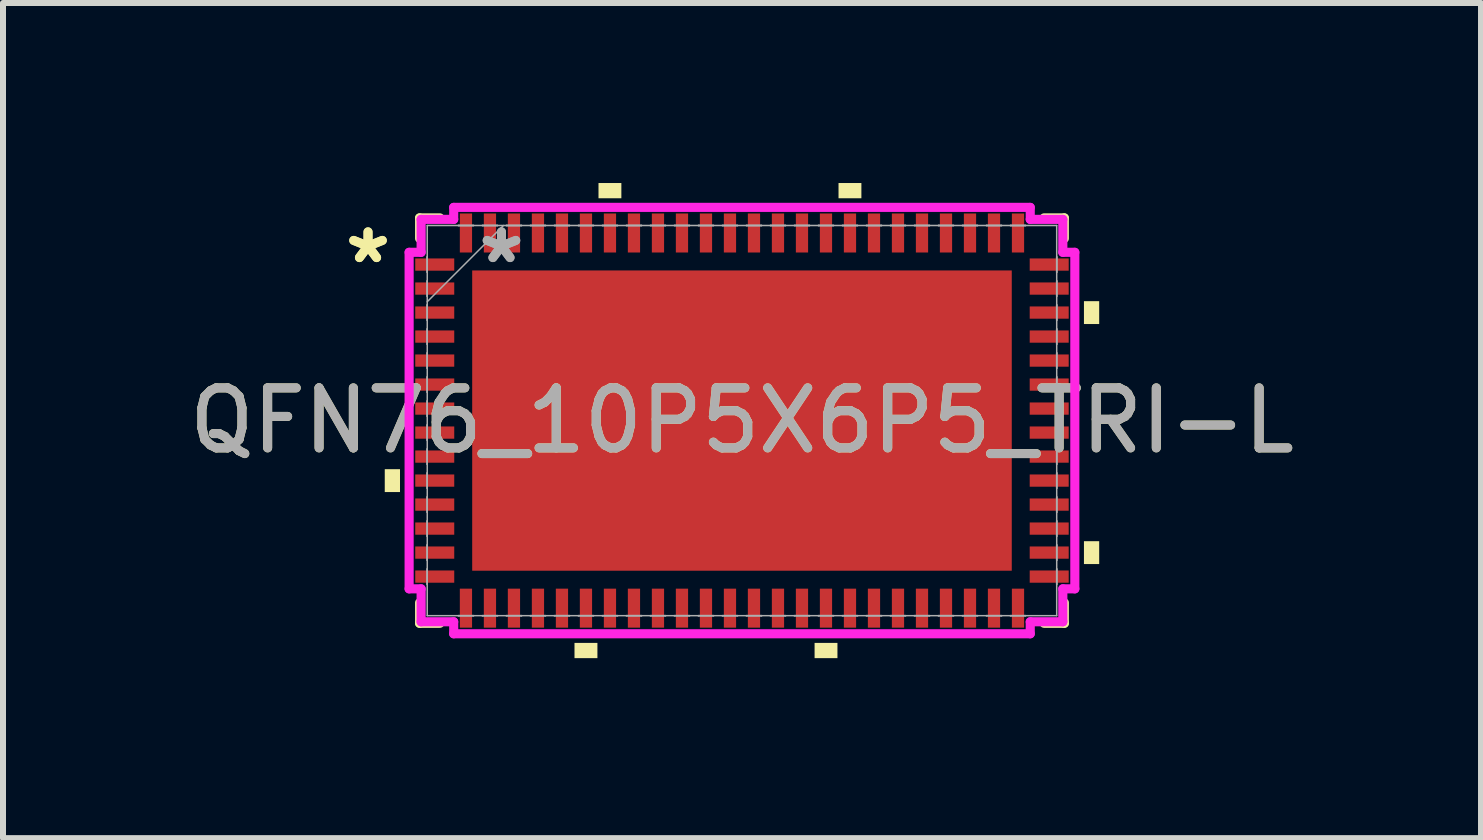
<source format=kicad_pcb>
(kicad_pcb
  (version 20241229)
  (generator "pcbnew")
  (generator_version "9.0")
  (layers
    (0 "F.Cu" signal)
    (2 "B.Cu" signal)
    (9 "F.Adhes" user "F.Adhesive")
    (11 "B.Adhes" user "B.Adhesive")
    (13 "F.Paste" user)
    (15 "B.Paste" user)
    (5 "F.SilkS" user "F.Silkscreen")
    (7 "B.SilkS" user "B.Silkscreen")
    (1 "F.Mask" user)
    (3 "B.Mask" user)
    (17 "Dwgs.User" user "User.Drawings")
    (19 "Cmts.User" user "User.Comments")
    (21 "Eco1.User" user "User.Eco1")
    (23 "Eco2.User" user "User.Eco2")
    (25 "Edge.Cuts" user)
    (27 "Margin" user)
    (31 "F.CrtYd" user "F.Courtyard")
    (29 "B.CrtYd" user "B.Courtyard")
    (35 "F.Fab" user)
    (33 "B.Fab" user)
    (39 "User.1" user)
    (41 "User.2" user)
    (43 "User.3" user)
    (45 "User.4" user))
  (footprint "QFN76_10P5X6P5_TRI-L"
    (layer "F.Cu")
    (at 9.315 3.959)
    (property "Reference" "QFN76_10P5X6P5_TRI-L" (at 0 0 0) (unlocked yes) (layer "F.SilkS") (effects (font (size 1 1) (thickness 0.15))))
    (attr smd)
    (fp_line (start -5.372 -3.378) (end -5.372 -3.035) (stroke (width 0.152) (type solid)) (layer "F.SilkS"))
    (fp_line (start -5.372 3.035) (end -5.372 3.378) (stroke (width 0.152) (type solid)) (layer "F.SilkS"))
    (fp_line (start -5.372 3.378) (end -5.035 3.378) (stroke (width 0.152) (type solid)) (layer "F.SilkS"))
    (fp_line (start -5.035 -3.378) (end -5.372 -3.378) (stroke (width 0.152) (type solid)) (layer "F.SilkS"))
    (fp_line (start 5.035 3.378) (end 5.372 3.378) (stroke (width 0.152) (type solid)) (layer "F.SilkS"))
    (fp_line (start 5.372 -3.378) (end 5.035 -3.378) (stroke (width 0.152) (type solid)) (layer "F.SilkS"))
    (fp_line (start 5.372 -3.035) (end 5.372 -3.378) (stroke (width 0.152) (type solid)) (layer "F.SilkS"))
    (fp_line (start 5.372 3.378) (end 5.372 3.035) (stroke (width 0.152) (type solid)) (layer "F.SilkS"))
    (fp_poly (pts (xy -5.953 0.81) (xy -5.953 1.191) (xy -5.699 1.191) (xy -5.699 0.81)) (stroke (width 0) (type solid)) (fill yes) (layer "F.SilkS"))
    (fp_poly (pts (xy -2.791 3.705) (xy -2.791 3.959) (xy -2.409 3.959) (xy -2.409 3.705)) (stroke (width 0) (type solid)) (fill yes) (layer "F.SilkS"))
    (fp_poly (pts (xy -2.391 -3.705) (xy -2.391 -3.959) (xy -2.01 -3.959) (xy -2.01 -3.705)) (stroke (width 0) (type solid)) (fill yes) (layer "F.SilkS"))
    (fp_poly (pts (xy 1.21 3.705) (xy 1.21 3.959) (xy 1.591 3.959) (xy 1.591 3.705)) (stroke (width 0) (type solid)) (fill yes) (layer "F.SilkS"))
    (fp_poly (pts (xy 1.609 -3.705) (xy 1.609 -3.959) (xy 1.99 -3.959) (xy 1.99 -3.705)) (stroke (width 0) (type solid)) (fill yes) (layer "F.SilkS"))
    (fp_poly (pts (xy 5.953 -1.99) (xy 5.953 -1.609) (xy 5.699 -1.609) (xy 5.699 -1.99)) (stroke (width 0) (type solid)) (fill yes) (layer "F.SilkS"))
    (fp_poly (pts (xy 5.953 2.01) (xy 5.953 2.391) (xy 5.699 2.391) (xy 5.699 2.01)) (stroke (width 0) (type solid)) (fill yes) (layer "F.SilkS"))
    (fp_line (start -5.547 -2.804) (end -5.347 -2.804) (stroke (width 0.152) (type solid)) (layer "F.CrtYd"))
    (fp_line (start -5.547 2.804) (end -5.547 -2.804) (stroke (width 0.152) (type solid)) (layer "F.CrtYd"))
    (fp_line (start -5.347 -3.353) (end -4.804 -3.353) (stroke (width 0.152) (type solid)) (layer "F.CrtYd"))
    (fp_line (start -5.347 -2.804) (end -5.347 -3.353) (stroke (width 0.152) (type solid)) (layer "F.CrtYd"))
    (fp_line (start -5.347 2.804) (end -5.547 2.804) (stroke (width 0.152) (type solid)) (layer "F.CrtYd"))
    (fp_line (start -5.347 3.353) (end -5.347 2.804) (stroke (width 0.152) (type solid)) (layer "F.CrtYd"))
    (fp_line (start -4.804 -3.553) (end 4.804 -3.553) (stroke (width 0.152) (type solid)) (layer "F.CrtYd"))
    (fp_line (start -4.804 -3.353) (end -4.804 -3.553) (stroke (width 0.152) (type solid)) (layer "F.CrtYd"))
    (fp_line (start -4.804 3.353) (end -5.347 3.353) (stroke (width 0.152) (type solid)) (layer "F.CrtYd"))
    (fp_line (start -4.804 3.553) (end -4.804 3.353) (stroke (width 0.152) (type solid)) (layer "F.CrtYd"))
    (fp_line (start 4.804 -3.553) (end 4.804 -3.353) (stroke (width 0.152) (type solid)) (layer "F.CrtYd"))
    (fp_line (start 4.804 -3.353) (end 5.347 -3.353) (stroke (width 0.152) (type solid)) (layer "F.CrtYd"))
    (fp_line (start 4.804 3.353) (end 4.804 3.553) (stroke (width 0.152) (type solid)) (layer "F.CrtYd"))
    (fp_line (start 4.804 3.553) (end -4.804 3.553) (stroke (width 0.152) (type solid)) (layer "F.CrtYd"))
    (fp_line (start 5.347 -3.353) (end 5.347 -2.804) (stroke (width 0.152) (type solid)) (layer "F.CrtYd"))
    (fp_line (start 5.347 -2.804) (end 5.547 -2.804) (stroke (width 0.152) (type solid)) (layer "F.CrtYd"))
    (fp_line (start 5.347 2.804) (end 5.347 3.353) (stroke (width 0.152) (type solid)) (layer "F.CrtYd"))
    (fp_line (start 5.347 3.353) (end 4.804 3.353) (stroke (width 0.152) (type solid)) (layer "F.CrtYd"))
    (fp_line (start 5.547 -2.804) (end 5.547 2.804) (stroke (width 0.152) (type solid)) (layer "F.CrtYd"))
    (fp_line (start 5.547 2.804) (end 5.347 2.804) (stroke (width 0.152) (type solid)) (layer "F.CrtYd"))
    (fp_line (start -5.245 -3.251) (end -5.245 3.251) (stroke (width 0.025) (type solid)) (layer "F.Fab"))
    (fp_line (start -5.245 -2.727) (end -5.245 -2.727) (stroke (width 0.025) (type solid)) (layer "F.Fab"))
    (fp_line (start -5.245 -2.727) (end -5.245 -2.473) (stroke (width 0.025) (type solid)) (layer "F.Fab"))
    (fp_line (start -5.245 -2.473) (end -5.245 -2.727) (stroke (width 0.025) (type solid)) (layer "F.Fab"))
    (fp_line (start -5.245 -2.473) (end -5.245 -2.473) (stroke (width 0.025) (type solid)) (layer "F.Fab"))
    (fp_line (start -5.245 -2.327) (end -5.245 -2.327) (stroke (width 0.025) (type solid)) (layer "F.Fab"))
    (fp_line (start -5.245 -2.327) (end -5.245 -2.073) (stroke (width 0.025) (type solid)) (layer "F.Fab"))
    (fp_line (start -5.245 -2.073) (end -5.245 -2.327) (stroke (width 0.025) (type solid)) (layer "F.Fab"))
    (fp_line (start -5.245 -2.073) (end -5.245 -2.073) (stroke (width 0.025) (type solid)) (layer "F.Fab"))
    (fp_line (start -5.245 -1.981) (end -3.975 -3.251) (stroke (width 0.025) (type solid)) (layer "F.Fab"))
    (fp_line (start -5.245 -1.927) (end -5.245 -1.927) (stroke (width 0.025) (type solid)) (layer "F.Fab"))
    (fp_line (start -5.245 -1.927) (end -5.245 -1.673) (stroke (width 0.025) (type solid)) (layer "F.Fab"))
    (fp_line (start -5.245 -1.673) (end -5.245 -1.927) (stroke (width 0.025) (type solid)) (layer "F.Fab"))
    (fp_line (start -5.245 -1.673) (end -5.245 -1.673) (stroke (width 0.025) (type solid)) (layer "F.Fab"))
    (fp_line (start -5.245 -1.527) (end -5.245 -1.527) (stroke (width 0.025) (type solid)) (layer "F.Fab"))
    (fp_line (start -5.245 -1.527) (end -5.245 -1.273) (stroke (width 0.025) (type solid)) (layer "F.Fab"))
    (fp_line (start -5.245 -1.273) (end -5.245 -1.527) (stroke (width 0.025) (type solid)) (layer "F.Fab"))
    (fp_line (start -5.245 -1.273) (end -5.245 -1.273) (stroke (width 0.025) (type solid)) (layer "F.Fab"))
    (fp_line (start -5.245 -1.127) (end -5.245 -1.127) (stroke (width 0.025) (type solid)) (layer "F.Fab"))
    (fp_line (start -5.245 -1.127) (end -5.245 -0.873) (stroke (width 0.025) (type solid)) (layer "F.Fab"))
    (fp_line (start -5.245 -0.873) (end -5.245 -1.127) (stroke (width 0.025) (type solid)) (layer "F.Fab"))
    (fp_line (start -5.245 -0.873) (end -5.245 -0.873) (stroke (width 0.025) (type solid)) (layer "F.Fab"))
    (fp_line (start -5.245 -0.727) (end -5.245 -0.727) (stroke (width 0.025) (type solid)) (layer "F.Fab"))
    (fp_line (start -5.245 -0.727) (end -5.245 -0.473) (stroke (width 0.025) (type solid)) (layer "F.Fab"))
    (fp_line (start -5.245 -0.473) (end -5.245 -0.727) (stroke (width 0.025) (type solid)) (layer "F.Fab"))
    (fp_line (start -5.245 -0.473) (end -5.245 -0.473) (stroke (width 0.025) (type solid)) (layer "F.Fab"))
    (fp_line (start -5.245 -0.327) (end -5.245 -0.327) (stroke (width 0.025) (type solid)) (layer "F.Fab"))
    (fp_line (start -5.245 -0.327) (end -5.245 -0.073) (stroke (width 0.025) (type solid)) (layer "F.Fab"))
    (fp_line (start -5.245 -0.073) (end -5.245 -0.327) (stroke (width 0.025) (type solid)) (layer "F.Fab"))
    (fp_line (start -5.245 -0.073) (end -5.245 -0.073) (stroke (width 0.025) (type solid)) (layer "F.Fab"))
    (fp_line (start -5.245 0.073) (end -5.245 0.073) (stroke (width 0.025) (type solid)) (layer "F.Fab"))
    (fp_line (start -5.245 0.073) (end -5.245 0.327) (stroke (width 0.025) (type solid)) (layer "F.Fab"))
    (fp_line (start -5.245 0.327) (end -5.245 0.073) (stroke (width 0.025) (type solid)) (layer "F.Fab"))
    (fp_line (start -5.245 0.327) (end -5.245 0.327) (stroke (width 0.025) (type solid)) (layer "F.Fab"))
    (fp_line (start -5.245 0.473) (end -5.245 0.473) (stroke (width 0.025) (type solid)) (layer "F.Fab"))
    (fp_line (start -5.245 0.473) (end -5.245 0.727) (stroke (width 0.025) (type solid)) (layer "F.Fab"))
    (fp_line (start -5.245 0.727) (end -5.245 0.473) (stroke (width 0.025) (type solid)) (layer "F.Fab"))
    (fp_line (start -5.245 0.727) (end -5.245 0.727) (stroke (width 0.025) (type solid)) (layer "F.Fab"))
    (fp_line (start -5.245 0.873) (end -5.245 0.873) (stroke (width 0.025) (type solid)) (layer "F.Fab"))
    (fp_line (start -5.245 0.873) (end -5.245 1.127) (stroke (width 0.025) (type solid)) (layer "F.Fab"))
    (fp_line (start -5.245 1.127) (end -5.245 0.873) (stroke (width 0.025) (type solid)) (layer "F.Fab"))
    (fp_line (start -5.245 1.127) (end -5.245 1.127) (stroke (width 0.025) (type solid)) (layer "F.Fab"))
    (fp_line (start -5.245 1.273) (end -5.245 1.273) (stroke (width 0.025) (type solid)) (layer "F.Fab"))
    (fp_line (start -5.245 1.273) (end -5.245 1.527) (stroke (width 0.025) (type solid)) (layer "F.Fab"))
    (fp_line (start -5.245 1.527) (end -5.245 1.273) (stroke (width 0.025) (type solid)) (layer "F.Fab"))
    (fp_line (start -5.245 1.527) (end -5.245 1.527) (stroke (width 0.025) (type solid)) (layer "F.Fab"))
    (fp_line (start -5.245 1.673) (end -5.245 1.673) (stroke (width 0.025) (type solid)) (layer "F.Fab"))
    (fp_line (start -5.245 1.673) (end -5.245 1.927) (stroke (width 0.025) (type solid)) (layer "F.Fab"))
    (fp_line (start -5.245 1.927) (end -5.245 1.673) (stroke (width 0.025) (type solid)) (layer "F.Fab"))
    (fp_line (start -5.245 1.927) (end -5.245 1.927) (stroke (width 0.025) (type solid)) (layer "F.Fab"))
    (fp_line (start -5.245 2.073) (end -5.245 2.073) (stroke (width 0.025) (type solid)) (layer "F.Fab"))
    (fp_line (start -5.245 2.073) (end -5.245 2.327) (stroke (width 0.025) (type solid)) (layer "F.Fab"))
    (fp_line (start -5.245 2.327) (end -5.245 2.073) (stroke (width 0.025) (type solid)) (layer "F.Fab"))
    (fp_line (start -5.245 2.327) (end -5.245 2.327) (stroke (width 0.025) (type solid)) (layer "F.Fab"))
    (fp_line (start -5.245 2.473) (end -5.245 2.473) (stroke (width 0.025) (type solid)) (layer "F.Fab"))
    (fp_line (start -5.245 2.473) (end -5.245 2.727) (stroke (width 0.025) (type solid)) (layer "F.Fab"))
    (fp_line (start -5.245 2.727) (end -5.245 2.473) (stroke (width 0.025) (type solid)) (layer "F.Fab"))
    (fp_line (start -5.245 2.727) (end -5.245 2.727) (stroke (width 0.025) (type solid)) (layer "F.Fab"))
    (fp_line (start -5.245 3.251) (end 5.245 3.251) (stroke (width 0.025) (type solid)) (layer "F.Fab"))
    (fp_line (start -4.727 -3.251) (end -4.727 -3.251) (stroke (width 0.025) (type solid)) (layer "F.Fab"))
    (fp_line (start -4.727 -3.251) (end -4.473 -3.251) (stroke (width 0.025) (type solid)) (layer "F.Fab"))
    (fp_line (start -4.727 3.251) (end -4.727 3.251) (stroke (width 0.025) (type solid)) (layer "F.Fab"))
    (fp_line (start -4.727 3.251) (end -4.473 3.251) (stroke (width 0.025) (type solid)) (layer "F.Fab"))
    (fp_line (start -4.473 -3.251) (end -4.727 -3.251) (stroke (width 0.025) (type solid)) (layer "F.Fab"))
    (fp_line (start -4.473 -3.251) (end -4.473 -3.251) (stroke (width 0.025) (type solid)) (layer "F.Fab"))
    (fp_line (start -4.473 3.251) (end -4.727 3.251) (stroke (width 0.025) (type solid)) (layer "F.Fab"))
    (fp_line (start -4.473 3.251) (end -4.473 3.251) (stroke (width 0.025) (type solid)) (layer "F.Fab"))
    (fp_line (start -4.327 -3.251) (end -4.327 -3.251) (stroke (width 0.025) (type solid)) (layer "F.Fab"))
    (fp_line (start -4.327 -3.251) (end -4.073 -3.251) (stroke (width 0.025) (type solid)) (layer "F.Fab"))
    (fp_line (start -4.327 3.251) (end -4.327 3.251) (stroke (width 0.025) (type solid)) (layer "F.Fab"))
    (fp_line (start -4.327 3.251) (end -4.073 3.251) (stroke (width 0.025) (type solid)) (layer "F.Fab"))
    (fp_line (start -4.073 -3.251) (end -4.327 -3.251) (stroke (width 0.025) (type solid)) (layer "F.Fab"))
    (fp_line (start -4.073 -3.251) (end -4.073 -3.251) (stroke (width 0.025) (type solid)) (layer "F.Fab"))
    (fp_line (start -4.073 3.251) (end -4.327 3.251) (stroke (width 0.025) (type solid)) (layer "F.Fab"))
    (fp_line (start -4.073 3.251) (end -4.073 3.251) (stroke (width 0.025) (type solid)) (layer "F.Fab"))
    (fp_line (start -3.927 -3.251) (end -3.927 -3.251) (stroke (width 0.025) (type solid)) (layer "F.Fab"))
    (fp_line (start -3.927 -3.251) (end -3.673 -3.251) (stroke (width 0.025) (type solid)) (layer "F.Fab"))
    (fp_line (start -3.927 3.251) (end -3.927 3.251) (stroke (width 0.025) (type solid)) (layer "F.Fab"))
    (fp_line (start -3.927 3.251) (end -3.673 3.251) (stroke (width 0.025) (type solid)) (layer "F.Fab"))
    (fp_line (start -3.673 -3.251) (end -3.927 -3.251) (stroke (width 0.025) (type solid)) (layer "F.Fab"))
    (fp_line (start -3.673 -3.251) (end -3.673 -3.251) (stroke (width 0.025) (type solid)) (layer "F.Fab"))
    (fp_line (start -3.673 3.251) (end -3.927 3.251) (stroke (width 0.025) (type solid)) (layer "F.Fab"))
    (fp_line (start -3.673 3.251) (end -3.673 3.251) (stroke (width 0.025) (type solid)) (layer "F.Fab"))
    (fp_line (start -3.527 -3.251) (end -3.527 -3.251) (stroke (width 0.025) (type solid)) (layer "F.Fab"))
    (fp_line (start -3.527 -3.251) (end -3.273 -3.251) (stroke (width 0.025) (type solid)) (layer "F.Fab"))
    (fp_line (start -3.527 3.251) (end -3.527 3.251) (stroke (width 0.025) (type solid)) (layer "F.Fab"))
    (fp_line (start -3.527 3.251) (end -3.273 3.251) (stroke (width 0.025) (type solid)) (layer "F.Fab"))
    (fp_line (start -3.273 -3.251) (end -3.527 -3.251) (stroke (width 0.025) (type solid)) (layer "F.Fab"))
    (fp_line (start -3.273 -3.251) (end -3.273 -3.251) (stroke (width 0.025) (type solid)) (layer "F.Fab"))
    (fp_line (start -3.273 3.251) (end -3.527 3.251) (stroke (width 0.025) (type solid)) (layer "F.Fab"))
    (fp_line (start -3.273 3.251) (end -3.273 3.251) (stroke (width 0.025) (type solid)) (layer "F.Fab"))
    (fp_line (start -3.127 -3.251) (end -3.127 -3.251) (stroke (width 0.025) (type solid)) (layer "F.Fab"))
    (fp_line (start -3.127 -3.251) (end -2.873 -3.251) (stroke (width 0.025) (type solid)) (layer "F.Fab"))
    (fp_line (start -3.127 3.251) (end -3.127 3.251) (stroke (width 0.025) (type solid)) (layer "F.Fab"))
    (fp_line (start -3.127 3.251) (end -2.873 3.251) (stroke (width 0.025) (type solid)) (layer "F.Fab"))
    (fp_line (start -2.873 -3.251) (end -3.127 -3.251) (stroke (width 0.025) (type solid)) (layer "F.Fab"))
    (fp_line (start -2.873 -3.251) (end -2.873 -3.251) (stroke (width 0.025) (type solid)) (layer "F.Fab"))
    (fp_line (start -2.873 3.251) (end -3.127 3.251) (stroke (width 0.025) (type solid)) (layer "F.Fab"))
    (fp_line (start -2.873 3.251) (end -2.873 3.251) (stroke (width 0.025) (type solid)) (layer "F.Fab"))
    (fp_line (start -2.727 -3.251) (end -2.727 -3.251) (stroke (width 0.025) (type solid)) (layer "F.Fab"))
    (fp_line (start -2.727 -3.251) (end -2.473 -3.251) (stroke (width 0.025) (type solid)) (layer "F.Fab"))
    (fp_line (start -2.727 3.251) (end -2.727 3.251) (stroke (width 0.025) (type solid)) (layer "F.Fab"))
    (fp_line (start -2.727 3.251) (end -2.473 3.251) (stroke (width 0.025) (type solid)) (layer "F.Fab"))
    (fp_line (start -2.473 -3.251) (end -2.727 -3.251) (stroke (width 0.025) (type solid)) (layer "F.Fab"))
    (fp_line (start -2.473 -3.251) (end -2.473 -3.251) (stroke (width 0.025) (type solid)) (layer "F.Fab"))
    (fp_line (start -2.473 3.251) (end -2.727 3.251) (stroke (width 0.025) (type solid)) (layer "F.Fab"))
    (fp_line (start -2.473 3.251) (end -2.473 3.251) (stroke (width 0.025) (type solid)) (layer "F.Fab"))
    (fp_line (start -2.327 -3.251) (end -2.327 -3.251) (stroke (width 0.025) (type solid)) (layer "F.Fab"))
    (fp_line (start -2.327 -3.251) (end -2.073 -3.251) (stroke (width 0.025) (type solid)) (layer "F.Fab"))
    (fp_line (start -2.327 3.251) (end -2.327 3.251) (stroke (width 0.025) (type solid)) (layer "F.Fab"))
    (fp_line (start -2.327 3.251) (end -2.073 3.251) (stroke (width 0.025) (type solid)) (layer "F.Fab"))
    (fp_line (start -2.073 -3.251) (end -2.327 -3.251) (stroke (width 0.025) (type solid)) (layer "F.Fab"))
    (fp_line (start -2.073 -3.251) (end -2.073 -3.251) (stroke (width 0.025) (type solid)) (layer "F.Fab"))
    (fp_line (start -2.073 3.251) (end -2.327 3.251) (stroke (width 0.025) (type solid)) (layer "F.Fab"))
    (fp_line (start -2.073 3.251) (end -2.073 3.251) (stroke (width 0.025) (type solid)) (layer "F.Fab"))
    (fp_line (start -1.927 -3.251) (end -1.927 -3.251) (stroke (width 0.025) (type solid)) (layer "F.Fab"))
    (fp_line (start -1.927 -3.251) (end -1.673 -3.251) (stroke (width 0.025) (type solid)) (layer "F.Fab"))
    (fp_line (start -1.927 3.251) (end -1.927 3.251) (stroke (width 0.025) (type solid)) (layer "F.Fab"))
    (fp_line (start -1.927 3.251) (end -1.673 3.251) (stroke (width 0.025) (type solid)) (layer "F.Fab"))
    (fp_line (start -1.673 -3.251) (end -1.927 -3.251) (stroke (width 0.025) (type solid)) (layer "F.Fab"))
    (fp_line (start -1.673 -3.251) (end -1.673 -3.251) (stroke (width 0.025) (type solid)) (layer "F.Fab"))
    (fp_line (start -1.673 3.251) (end -1.927 3.251) (stroke (width 0.025) (type solid)) (layer "F.Fab"))
    (fp_line (start -1.673 3.251) (end -1.673 3.251) (stroke (width 0.025) (type solid)) (layer "F.Fab"))
    (fp_line (start -1.527 -3.251) (end -1.527 -3.251) (stroke (width 0.025) (type solid)) (layer "F.Fab"))
    (fp_line (start -1.527 -3.251) (end -1.273 -3.251) (stroke (width 0.025) (type solid)) (layer "F.Fab"))
    (fp_line (start -1.527 3.251) (end -1.527 3.251) (stroke (width 0.025) (type solid)) (layer "F.Fab"))
    (fp_line (start -1.527 3.251) (end -1.273 3.251) (stroke (width 0.025) (type solid)) (layer "F.Fab"))
    (fp_line (start -1.273 -3.251) (end -1.527 -3.251) (stroke (width 0.025) (type solid)) (layer "F.Fab"))
    (fp_line (start -1.273 -3.251) (end -1.273 -3.251) (stroke (width 0.025) (type solid)) (layer "F.Fab"))
    (fp_line (start -1.273 3.251) (end -1.527 3.251) (stroke (width 0.025) (type solid)) (layer "F.Fab"))
    (fp_line (start -1.273 3.251) (end -1.273 3.251) (stroke (width 0.025) (type solid)) (layer "F.Fab"))
    (fp_line (start -1.127 -3.251) (end -1.127 -3.251) (stroke (width 0.025) (type solid)) (layer "F.Fab"))
    (fp_line (start -1.127 -3.251) (end -0.873 -3.251) (stroke (width 0.025) (type solid)) (layer "F.Fab"))
    (fp_line (start -1.127 3.251) (end -1.127 3.251) (stroke (width 0.025) (type solid)) (layer "F.Fab"))
    (fp_line (start -1.127 3.251) (end -0.873 3.251) (stroke (width 0.025) (type solid)) (layer "F.Fab"))
    (fp_line (start -0.873 -3.251) (end -1.127 -3.251) (stroke (width 0.025) (type solid)) (layer "F.Fab"))
    (fp_line (start -0.873 -3.251) (end -0.873 -3.251) (stroke (width 0.025) (type solid)) (layer "F.Fab"))
    (fp_line (start -0.873 3.251) (end -1.127 3.251) (stroke (width 0.025) (type solid)) (layer "F.Fab"))
    (fp_line (start -0.873 3.251) (end -0.873 3.251) (stroke (width 0.025) (type solid)) (layer "F.Fab"))
    (fp_line (start -0.727 -3.251) (end -0.727 -3.251) (stroke (width 0.025) (type solid)) (layer "F.Fab"))
    (fp_line (start -0.727 -3.251) (end -0.473 -3.251) (stroke (width 0.025) (type solid)) (layer "F.Fab"))
    (fp_line (start -0.727 3.251) (end -0.727 3.251) (stroke (width 0.025) (type solid)) (layer "F.Fab"))
    (fp_line (start -0.727 3.251) (end -0.473 3.251) (stroke (width 0.025) (type solid)) (layer "F.Fab"))
    (fp_line (start -0.473 -3.251) (end -0.727 -3.251) (stroke (width 0.025) (type solid)) (layer "F.Fab"))
    (fp_line (start -0.473 -3.251) (end -0.473 -3.251) (stroke (width 0.025) (type solid)) (layer "F.Fab"))
    (fp_line (start -0.473 3.251) (end -0.727 3.251) (stroke (width 0.025) (type solid)) (layer "F.Fab"))
    (fp_line (start -0.473 3.251) (end -0.473 3.251) (stroke (width 0.025) (type solid)) (layer "F.Fab"))
    (fp_line (start -0.327 -3.251) (end -0.327 -3.251) (stroke (width 0.025) (type solid)) (layer "F.Fab"))
    (fp_line (start -0.327 -3.251) (end -0.073 -3.251) (stroke (width 0.025) (type solid)) (layer "F.Fab"))
    (fp_line (start -0.327 3.251) (end -0.327 3.251) (stroke (width 0.025) (type solid)) (layer "F.Fab"))
    (fp_line (start -0.327 3.251) (end -0.073 3.251) (stroke (width 0.025) (type solid)) (layer "F.Fab"))
    (fp_line (start -0.073 -3.251) (end -0.327 -3.251) (stroke (width 0.025) (type solid)) (layer "F.Fab"))
    (fp_line (start -0.073 -3.251) (end -0.073 -3.251) (stroke (width 0.025) (type solid)) (layer "F.Fab"))
    (fp_line (start -0.073 3.251) (end -0.327 3.251) (stroke (width 0.025) (type solid)) (layer "F.Fab"))
    (fp_line (start -0.073 3.251) (end -0.073 3.251) (stroke (width 0.025) (type solid)) (layer "F.Fab"))
    (fp_line (start 0.073 -3.251) (end 0.073 -3.251) (stroke (width 0.025) (type solid)) (layer "F.Fab"))
    (fp_line (start 0.073 -3.251) (end 0.327 -3.251) (stroke (width 0.025) (type solid)) (layer "F.Fab"))
    (fp_line (start 0.073 3.251) (end 0.073 3.251) (stroke (width 0.025) (type solid)) (layer "F.Fab"))
    (fp_line (start 0.073 3.251) (end 0.327 3.251) (stroke (width 0.025) (type solid)) (layer "F.Fab"))
    (fp_line (start 0.327 -3.251) (end 0.073 -3.251) (stroke (width 0.025) (type solid)) (layer "F.Fab"))
    (fp_line (start 0.327 -3.251) (end 0.327 -3.251) (stroke (width 0.025) (type solid)) (layer "F.Fab"))
    (fp_line (start 0.327 3.251) (end 0.073 3.251) (stroke (width 0.025) (type solid)) (layer "F.Fab"))
    (fp_line (start 0.327 3.251) (end 0.327 3.251) (stroke (width 0.025) (type solid)) (layer "F.Fab"))
    (fp_line (start 0.473 -3.251) (end 0.473 -3.251) (stroke (width 0.025) (type solid)) (layer "F.Fab"))
    (fp_line (start 0.473 -3.251) (end 0.727 -3.251) (stroke (width 0.025) (type solid)) (layer "F.Fab"))
    (fp_line (start 0.473 3.251) (end 0.473 3.251) (stroke (width 0.025) (type solid)) (layer "F.Fab"))
    (fp_line (start 0.473 3.251) (end 0.727 3.251) (stroke (width 0.025) (type solid)) (layer "F.Fab"))
    (fp_line (start 0.727 -3.251) (end 0.473 -3.251) (stroke (width 0.025) (type solid)) (layer "F.Fab"))
    (fp_line (start 0.727 -3.251) (end 0.727 -3.251) (stroke (width 0.025) (type solid)) (layer "F.Fab"))
    (fp_line (start 0.727 3.251) (end 0.473 3.251) (stroke (width 0.025) (type solid)) (layer "F.Fab"))
    (fp_line (start 0.727 3.251) (end 0.727 3.251) (stroke (width 0.025) (type solid)) (layer "F.Fab"))
    (fp_line (start 0.873 -3.251) (end 0.873 -3.251) (stroke (width 0.025) (type solid)) (layer "F.Fab"))
    (fp_line (start 0.873 -3.251) (end 1.127 -3.251) (stroke (width 0.025) (type solid)) (layer "F.Fab"))
    (fp_line (start 0.873 3.251) (end 0.873 3.251) (stroke (width 0.025) (type solid)) (layer "F.Fab"))
    (fp_line (start 0.873 3.251) (end 1.127 3.251) (stroke (width 0.025) (type solid)) (layer "F.Fab"))
    (fp_line (start 1.127 -3.251) (end 0.873 -3.251) (stroke (width 0.025) (type solid)) (layer "F.Fab"))
    (fp_line (start 1.127 -3.251) (end 1.127 -3.251) (stroke (width 0.025) (type solid)) (layer "F.Fab"))
    (fp_line (start 1.127 3.251) (end 0.873 3.251) (stroke (width 0.025) (type solid)) (layer "F.Fab"))
    (fp_line (start 1.127 3.251) (end 1.127 3.251) (stroke (width 0.025) (type solid)) (layer "F.Fab"))
    (fp_line (start 1.273 -3.251) (end 1.273 -3.251) (stroke (width 0.025) (type solid)) (layer "F.Fab"))
    (fp_line (start 1.273 -3.251) (end 1.527 -3.251) (stroke (width 0.025) (type solid)) (layer "F.Fab"))
    (fp_line (start 1.273 3.251) (end 1.273 3.251) (stroke (width 0.025) (type solid)) (layer "F.Fab"))
    (fp_line (start 1.273 3.251) (end 1.527 3.251) (stroke (width 0.025) (type solid)) (layer "F.Fab"))
    (fp_line (start 1.527 -3.251) (end 1.273 -3.251) (stroke (width 0.025) (type solid)) (layer "F.Fab"))
    (fp_line (start 1.527 -3.251) (end 1.527 -3.251) (stroke (width 0.025) (type solid)) (layer "F.Fab"))
    (fp_line (start 1.527 3.251) (end 1.273 3.251) (stroke (width 0.025) (type solid)) (layer "F.Fab"))
    (fp_line (start 1.527 3.251) (end 1.527 3.251) (stroke (width 0.025) (type solid)) (layer "F.Fab"))
    (fp_line (start 1.673 -3.251) (end 1.673 -3.251) (stroke (width 0.025) (type solid)) (layer "F.Fab"))
    (fp_line (start 1.673 -3.251) (end 1.927 -3.251) (stroke (width 0.025) (type solid)) (layer "F.Fab"))
    (fp_line (start 1.673 3.251) (end 1.673 3.251) (stroke (width 0.025) (type solid)) (layer "F.Fab"))
    (fp_line (start 1.673 3.251) (end 1.927 3.251) (stroke (width 0.025) (type solid)) (layer "F.Fab"))
    (fp_line (start 1.927 -3.251) (end 1.673 -3.251) (stroke (width 0.025) (type solid)) (layer "F.Fab"))
    (fp_line (start 1.927 -3.251) (end 1.927 -3.251) (stroke (width 0.025) (type solid)) (layer "F.Fab"))
    (fp_line (start 1.927 3.251) (end 1.673 3.251) (stroke (width 0.025) (type solid)) (layer "F.Fab"))
    (fp_line (start 1.927 3.251) (end 1.927 3.251) (stroke (width 0.025) (type solid)) (layer "F.Fab"))
    (fp_line (start 2.073 -3.251) (end 2.073 -3.251) (stroke (width 0.025) (type solid)) (layer "F.Fab"))
    (fp_line (start 2.073 -3.251) (end 2.327 -3.251) (stroke (width 0.025) (type solid)) (layer "F.Fab"))
    (fp_line (start 2.073 3.251) (end 2.073 3.251) (stroke (width 0.025) (type solid)) (layer "F.Fab"))
    (fp_line (start 2.073 3.251) (end 2.327 3.251) (stroke (width 0.025) (type solid)) (layer "F.Fab"))
    (fp_line (start 2.327 -3.251) (end 2.073 -3.251) (stroke (width 0.025) (type solid)) (layer "F.Fab"))
    (fp_line (start 2.327 -3.251) (end 2.327 -3.251) (stroke (width 0.025) (type solid)) (layer "F.Fab"))
    (fp_line (start 2.327 3.251) (end 2.073 3.251) (stroke (width 0.025) (type solid)) (layer "F.Fab"))
    (fp_line (start 2.327 3.251) (end 2.327 3.251) (stroke (width 0.025) (type solid)) (layer "F.Fab"))
    (fp_line (start 2.473 -3.251) (end 2.473 -3.251) (stroke (width 0.025) (type solid)) (layer "F.Fab"))
    (fp_line (start 2.473 -3.251) (end 2.727 -3.251) (stroke (width 0.025) (type solid)) (layer "F.Fab"))
    (fp_line (start 2.473 3.251) (end 2.473 3.251) (stroke (width 0.025) (type solid)) (layer "F.Fab"))
    (fp_line (start 2.473 3.251) (end 2.727 3.251) (stroke (width 0.025) (type solid)) (layer "F.Fab"))
    (fp_line (start 2.727 -3.251) (end 2.473 -3.251) (stroke (width 0.025) (type solid)) (layer "F.Fab"))
    (fp_line (start 2.727 -3.251) (end 2.727 -3.251) (stroke (width 0.025) (type solid)) (layer "F.Fab"))
    (fp_line (start 2.727 3.251) (end 2.473 3.251) (stroke (width 0.025) (type solid)) (layer "F.Fab"))
    (fp_line (start 2.727 3.251) (end 2.727 3.251) (stroke (width 0.025) (type solid)) (layer "F.Fab"))
    (fp_line (start 2.873 -3.251) (end 2.873 -3.251) (stroke (width 0.025) (type solid)) (layer "F.Fab"))
    (fp_line (start 2.873 -3.251) (end 3.127 -3.251) (stroke (width 0.025) (type solid)) (layer "F.Fab"))
    (fp_line (start 2.873 3.251) (end 2.873 3.251) (stroke (width 0.025) (type solid)) (layer "F.Fab"))
    (fp_line (start 2.873 3.251) (end 3.127 3.251) (stroke (width 0.025) (type solid)) (layer "F.Fab"))
    (fp_line (start 3.127 -3.251) (end 2.873 -3.251) (stroke (width 0.025) (type solid)) (layer "F.Fab"))
    (fp_line (start 3.127 -3.251) (end 3.127 -3.251) (stroke (width 0.025) (type solid)) (layer "F.Fab"))
    (fp_line (start 3.127 3.251) (end 2.873 3.251) (stroke (width 0.025) (type solid)) (layer "F.Fab"))
    (fp_line (start 3.127 3.251) (end 3.127 3.251) (stroke (width 0.025) (type solid)) (layer "F.Fab"))
    (fp_line (start 3.273 -3.251) (end 3.273 -3.251) (stroke (width 0.025) (type solid)) (layer "F.Fab"))
    (fp_line (start 3.273 -3.251) (end 3.527 -3.251) (stroke (width 0.025) (type solid)) (layer "F.Fab"))
    (fp_line (start 3.273 3.251) (end 3.273 3.251) (stroke (width 0.025) (type solid)) (layer "F.Fab"))
    (fp_line (start 3.273 3.251) (end 3.527 3.251) (stroke (width 0.025) (type solid)) (layer "F.Fab"))
    (fp_line (start 3.527 -3.251) (end 3.273 -3.251) (stroke (width 0.025) (type solid)) (layer "F.Fab"))
    (fp_line (start 3.527 -3.251) (end 3.527 -3.251) (stroke (width 0.025) (type solid)) (layer "F.Fab"))
    (fp_line (start 3.527 3.251) (end 3.273 3.251) (stroke (width 0.025) (type solid)) (layer "F.Fab"))
    (fp_line (start 3.527 3.251) (end 3.527 3.251) (stroke (width 0.025) (type solid)) (layer "F.Fab"))
    (fp_line (start 3.673 -3.251) (end 3.673 -3.251) (stroke (width 0.025) (type solid)) (layer "F.Fab"))
    (fp_line (start 3.673 -3.251) (end 3.927 -3.251) (stroke (width 0.025) (type solid)) (layer "F.Fab"))
    (fp_line (start 3.673 3.251) (end 3.673 3.251) (stroke (width 0.025) (type solid)) (layer "F.Fab"))
    (fp_line (start 3.673 3.251) (end 3.927 3.251) (stroke (width 0.025) (type solid)) (layer "F.Fab"))
    (fp_line (start 3.927 -3.251) (end 3.673 -3.251) (stroke (width 0.025) (type solid)) (layer "F.Fab"))
    (fp_line (start 3.927 -3.251) (end 3.927 -3.251) (stroke (width 0.025) (type solid)) (layer "F.Fab"))
    (fp_line (start 3.927 3.251) (end 3.673 3.251) (stroke (width 0.025) (type solid)) (layer "F.Fab"))
    (fp_line (start 3.927 3.251) (end 3.927 3.251) (stroke (width 0.025) (type solid)) (layer "F.Fab"))
    (fp_line (start 4.073 -3.251) (end 4.073 -3.251) (stroke (width 0.025) (type solid)) (layer "F.Fab"))
    (fp_line (start 4.073 -3.251) (end 4.327 -3.251) (stroke (width 0.025) (type solid)) (layer "F.Fab"))
    (fp_line (start 4.073 3.251) (end 4.073 3.251) (stroke (width 0.025) (type solid)) (layer "F.Fab"))
    (fp_line (start 4.073 3.251) (end 4.327 3.251) (stroke (width 0.025) (type solid)) (layer "F.Fab"))
    (fp_line (start 4.327 -3.251) (end 4.073 -3.251) (stroke (width 0.025) (type solid)) (layer "F.Fab"))
    (fp_line (start 4.327 -3.251) (end 4.327 -3.251) (stroke (width 0.025) (type solid)) (layer "F.Fab"))
    (fp_line (start 4.327 3.251) (end 4.073 3.251) (stroke (width 0.025) (type solid)) (layer "F.Fab"))
    (fp_line (start 4.327 3.251) (end 4.327 3.251) (stroke (width 0.025) (type solid)) (layer "F.Fab"))
    (fp_line (start 4.473 -3.251) (end 4.473 -3.251) (stroke (width 0.025) (type solid)) (layer "F.Fab"))
    (fp_line (start 4.473 -3.251) (end 4.727 -3.251) (stroke (width 0.025) (type solid)) (layer "F.Fab"))
    (fp_line (start 4.473 3.251) (end 4.473 3.251) (stroke (width 0.025) (type solid)) (layer "F.Fab"))
    (fp_line (start 4.473 3.251) (end 4.727 3.251) (stroke (width 0.025) (type solid)) (layer "F.Fab"))
    (fp_line (start 4.727 -3.251) (end 4.473 -3.251) (stroke (width 0.025) (type solid)) (layer "F.Fab"))
    (fp_line (start 4.727 -3.251) (end 4.727 -3.251) (stroke (width 0.025) (type solid)) (layer "F.Fab"))
    (fp_line (start 4.727 3.251) (end 4.473 3.251) (stroke (width 0.025) (type solid)) (layer "F.Fab"))
    (fp_line (start 4.727 3.251) (end 4.727 3.251) (stroke (width 0.025) (type solid)) (layer "F.Fab"))
    (fp_line (start 5.245 -3.251) (end -5.245 -3.251) (stroke (width 0.025) (type solid)) (layer "F.Fab"))
    (fp_line (start 5.245 -2.727) (end 5.245 -2.727) (stroke (width 0.025) (type solid)) (layer "F.Fab"))
    (fp_line (start 5.245 -2.727) (end 5.245 -2.473) (stroke (width 0.025) (type solid)) (layer "F.Fab"))
    (fp_line (start 5.245 -2.473) (end 5.245 -2.727) (stroke (width 0.025) (type solid)) (layer "F.Fab"))
    (fp_line (start 5.245 -2.473) (end 5.245 -2.473) (stroke (width 0.025) (type solid)) (layer "F.Fab"))
    (fp_line (start 5.245 -2.327) (end 5.245 -2.327) (stroke (width 0.025) (type solid)) (layer "F.Fab"))
    (fp_line (start 5.245 -2.327) (end 5.245 -2.073) (stroke (width 0.025) (type solid)) (layer "F.Fab"))
    (fp_line (start 5.245 -2.073) (end 5.245 -2.327) (stroke (width 0.025) (type solid)) (layer "F.Fab"))
    (fp_line (start 5.245 -2.073) (end 5.245 -2.073) (stroke (width 0.025) (type solid)) (layer "F.Fab"))
    (fp_line (start 5.245 -1.927) (end 5.245 -1.927) (stroke (width 0.025) (type solid)) (layer "F.Fab"))
    (fp_line (start 5.245 -1.927) (end 5.245 -1.673) (stroke (width 0.025) (type solid)) (layer "F.Fab"))
    (fp_line (start 5.245 -1.673) (end 5.245 -1.927) (stroke (width 0.025) (type solid)) (layer "F.Fab"))
    (fp_line (start 5.245 -1.673) (end 5.245 -1.673) (stroke (width 0.025) (type solid)) (layer "F.Fab"))
    (fp_line (start 5.245 -1.527) (end 5.245 -1.527) (stroke (width 0.025) (type solid)) (layer "F.Fab"))
    (fp_line (start 5.245 -1.527) (end 5.245 -1.273) (stroke (width 0.025) (type solid)) (layer "F.Fab"))
    (fp_line (start 5.245 -1.273) (end 5.245 -1.527) (stroke (width 0.025) (type solid)) (layer "F.Fab"))
    (fp_line (start 5.245 -1.273) (end 5.245 -1.273) (stroke (width 0.025) (type solid)) (layer "F.Fab"))
    (fp_line (start 5.245 -1.127) (end 5.245 -1.127) (stroke (width 0.025) (type solid)) (layer "F.Fab"))
    (fp_line (start 5.245 -1.127) (end 5.245 -0.873) (stroke (width 0.025) (type solid)) (layer "F.Fab"))
    (fp_line (start 5.245 -0.873) (end 5.245 -1.127) (stroke (width 0.025) (type solid)) (layer "F.Fab"))
    (fp_line (start 5.245 -0.873) (end 5.245 -0.873) (stroke (width 0.025) (type solid)) (layer "F.Fab"))
    (fp_line (start 5.245 -0.727) (end 5.245 -0.727) (stroke (width 0.025) (type solid)) (layer "F.Fab"))
    (fp_line (start 5.245 -0.727) (end 5.245 -0.473) (stroke (width 0.025) (type solid)) (layer "F.Fab"))
    (fp_line (start 5.245 -0.473) (end 5.245 -0.727) (stroke (width 0.025) (type solid)) (layer "F.Fab"))
    (fp_line (start 5.245 -0.473) (end 5.245 -0.473) (stroke (width 0.025) (type solid)) (layer "F.Fab"))
    (fp_line (start 5.245 -0.327) (end 5.245 -0.327) (stroke (width 0.025) (type solid)) (layer "F.Fab"))
    (fp_line (start 5.245 -0.327) (end 5.245 -0.073) (stroke (width 0.025) (type solid)) (layer "F.Fab"))
    (fp_line (start 5.245 -0.073) (end 5.245 -0.327) (stroke (width 0.025) (type solid)) (layer "F.Fab"))
    (fp_line (start 5.245 -0.073) (end 5.245 -0.073) (stroke (width 0.025) (type solid)) (layer "F.Fab"))
    (fp_line (start 5.245 0.073) (end 5.245 0.073) (stroke (width 0.025) (type solid)) (layer "F.Fab"))
    (fp_line (start 5.245 0.073) (end 5.245 0.327) (stroke (width 0.025) (type solid)) (layer "F.Fab"))
    (fp_line (start 5.245 0.327) (end 5.245 0.073) (stroke (width 0.025) (type solid)) (layer "F.Fab"))
    (fp_line (start 5.245 0.327) (end 5.245 0.327) (stroke (width 0.025) (type solid)) (layer "F.Fab"))
    (fp_line (start 5.245 0.473) (end 5.245 0.473) (stroke (width 0.025) (type solid)) (layer "F.Fab"))
    (fp_line (start 5.245 0.473) (end 5.245 0.727) (stroke (width 0.025) (type solid)) (layer "F.Fab"))
    (fp_line (start 5.245 0.727) (end 5.245 0.473) (stroke (width 0.025) (type solid)) (layer "F.Fab"))
    (fp_line (start 5.245 0.727) (end 5.245 0.727) (stroke (width 0.025) (type solid)) (layer "F.Fab"))
    (fp_line (start 5.245 0.873) (end 5.245 0.873) (stroke (width 0.025) (type solid)) (layer "F.Fab"))
    (fp_line (start 5.245 0.873) (end 5.245 1.127) (stroke (width 0.025) (type solid)) (layer "F.Fab"))
    (fp_line (start 5.245 1.127) (end 5.245 0.873) (stroke (width 0.025) (type solid)) (layer "F.Fab"))
    (fp_line (start 5.245 1.127) (end 5.245 1.127) (stroke (width 0.025) (type solid)) (layer "F.Fab"))
    (fp_line (start 5.245 1.273) (end 5.245 1.273) (stroke (width 0.025) (type solid)) (layer "F.Fab"))
    (fp_line (start 5.245 1.273) (end 5.245 1.527) (stroke (width 0.025) (type solid)) (layer "F.Fab"))
    (fp_line (start 5.245 1.527) (end 5.245 1.273) (stroke (width 0.025) (type solid)) (layer "F.Fab"))
    (fp_line (start 5.245 1.527) (end 5.245 1.527) (stroke (width 0.025) (type solid)) (layer "F.Fab"))
    (fp_line (start 5.245 1.673) (end 5.245 1.673) (stroke (width 0.025) (type solid)) (layer "F.Fab"))
    (fp_line (start 5.245 1.673) (end 5.245 1.927) (stroke (width 0.025) (type solid)) (layer "F.Fab"))
    (fp_line (start 5.245 1.927) (end 5.245 1.673) (stroke (width 0.025) (type solid)) (layer "F.Fab"))
    (fp_line (start 5.245 1.927) (end 5.245 1.927) (stroke (width 0.025) (type solid)) (layer "F.Fab"))
    (fp_line (start 5.245 2.073) (end 5.245 2.073) (stroke (width 0.025) (type solid)) (layer "F.Fab"))
    (fp_line (start 5.245 2.073) (end 5.245 2.327) (stroke (width 0.025) (type solid)) (layer "F.Fab"))
    (fp_line (start 5.245 2.327) (end 5.245 2.073) (stroke (width 0.025) (type solid)) (layer "F.Fab"))
    (fp_line (start 5.245 2.327) (end 5.245 2.327) (stroke (width 0.025) (type solid)) (layer "F.Fab"))
    (fp_line (start 5.245 2.473) (end 5.245 2.473) (stroke (width 0.025) (type solid)) (layer "F.Fab"))
    (fp_line (start 5.245 2.473) (end 5.245 2.727) (stroke (width 0.025) (type solid)) (layer "F.Fab"))
    (fp_line (start 5.245 2.727) (end 5.245 2.473) (stroke (width 0.025) (type solid)) (layer "F.Fab"))
    (fp_line (start 5.245 2.727) (end 5.245 2.727) (stroke (width 0.025) (type solid)) (layer "F.Fab"))
    (fp_line (start 5.245 3.251) (end 5.245 -3.251) (stroke (width 0.025) (type solid)) (layer "F.Fab"))
    (fp_text user "*" (at -6.232 -2.6 0) (layer "F.SilkS") (effects (font (size 1 1) (thickness 0.15))))
    (fp_text user "*" (at -6.232 -2.6 0) (unlocked yes) (layer "F.SilkS") (effects (font (size 1 1) (thickness 0.15))))
    (fp_text user "*" (at -4.008 -2.6 0) (unlocked yes) (layer "F.Fab") (effects (font (size 1 1) (thickness 0.15))))
    (fp_text user "${REFERENCE}" (at 0 0 0) (unlocked yes) (layer "F.Fab") (effects (font (size 1 1) (thickness 0.15))))
    (fp_text user "*" (at -4.008 -2.6 0) (layer "F.Fab") (effects (font (size 1 1) (thickness 0.15))))
    (pad "1" smd rect (at -5.12 -2.6 90) (size 0.204 0.65) (layers "F.Cu" "F.Mask" "F.Paste"))
    (pad "2" smd rect (at -5.12 -2.2 90) (size 0.204 0.65) (layers "F.Cu" "F.Mask" "F.Paste"))
    (pad "3" smd rect (at -5.12 -1.8 90) (size 0.204 0.65) (layers "F.Cu" "F.Mask" "F.Paste"))
    (pad "4" smd rect (at -5.12 -1.4 90) (size 0.204 0.65) (layers "F.Cu" "F.Mask" "F.Paste"))
    (pad "5" smd rect (at -5.12 -1 90) (size 0.204 0.65) (layers "F.Cu" "F.Mask" "F.Paste"))
    (pad "6" smd rect (at -5.12 -0.6 90) (size 0.204 0.65) (layers "F.Cu" "F.Mask" "F.Paste"))
    (pad "7" smd rect (at -5.12 -0.2 90) (size 0.204 0.65) (layers "F.Cu" "F.Mask" "F.Paste"))
    (pad "8" smd rect (at -5.12 0.2 90) (size 0.204 0.65) (layers "F.Cu" "F.Mask" "F.Paste"))
    (pad "9" smd rect (at -5.12 0.6 90) (size 0.204 0.65) (layers "F.Cu" "F.Mask" "F.Paste"))
    (pad "10" smd rect (at -5.12 1 90) (size 0.204 0.65) (layers "F.Cu" "F.Mask" "F.Paste"))
    (pad "11" smd rect (at -5.12 1.4 90) (size 0.204 0.65) (layers "F.Cu" "F.Mask" "F.Paste"))
    (pad "12" smd rect (at -5.12 1.8 90) (size 0.204 0.65) (layers "F.Cu" "F.Mask" "F.Paste"))
    (pad "13" smd rect (at -5.12 2.2 90) (size 0.204 0.65) (layers "F.Cu" "F.Mask" "F.Paste"))
    (pad "14" smd rect (at -5.12 2.6 90) (size 0.204 0.65) (layers "F.Cu" "F.Mask" "F.Paste"))
    (pad "15" smd rect (at -4.6 3.126) (size 0.204 0.65) (layers "F.Cu" "F.Mask" "F.Paste"))
    (pad "16" smd rect (at -4.2 3.126) (size 0.204 0.65) (layers "F.Cu" "F.Mask" "F.Paste"))
    (pad "17" smd rect (at -3.8 3.126) (size 0.204 0.65) (layers "F.Cu" "F.Mask" "F.Paste"))
    (pad "18" smd rect (at -3.4 3.126) (size 0.204 0.65) (layers "F.Cu" "F.Mask" "F.Paste"))
    (pad "19" smd rect (at -3 3.126) (size 0.204 0.65) (layers "F.Cu" "F.Mask" "F.Paste"))
    (pad "20" smd rect (at -2.6 3.126) (size 0.204 0.65) (layers "F.Cu" "F.Mask" "F.Paste"))
    (pad "21" smd rect (at -2.2 3.126) (size 0.204 0.65) (layers "F.Cu" "F.Mask" "F.Paste"))
    (pad "22" smd rect (at -1.8 3.126) (size 0.204 0.65) (layers "F.Cu" "F.Mask" "F.Paste"))
    (pad "23" smd rect (at -1.4 3.126) (size 0.204 0.65) (layers "F.Cu" "F.Mask" "F.Paste"))
    (pad "24" smd rect (at -1 3.126) (size 0.204 0.65) (layers "F.Cu" "F.Mask" "F.Paste"))
    (pad "25" smd rect (at -0.6 3.126) (size 0.204 0.65) (layers "F.Cu" "F.Mask" "F.Paste"))
    (pad "26" smd rect (at -0.2 3.126) (size 0.204 0.65) (layers "F.Cu" "F.Mask" "F.Paste"))
    (pad "27" smd rect (at 0.2 3.126) (size 0.204 0.65) (layers "F.Cu" "F.Mask" "F.Paste"))
    (pad "28" smd rect (at 0.6 3.126) (size 0.204 0.65) (layers "F.Cu" "F.Mask" "F.Paste"))
    (pad "29" smd rect (at 1 3.126) (size 0.204 0.65) (layers "F.Cu" "F.Mask" "F.Paste"))
    (pad "30" smd rect (at 1.4 3.126) (size 0.204 0.65) (layers "F.Cu" "F.Mask" "F.Paste"))
    (pad "31" smd rect (at 1.8 3.126) (size 0.204 0.65) (layers "F.Cu" "F.Mask" "F.Paste"))
    (pad "32" smd rect (at 2.2 3.126) (size 0.204 0.65) (layers "F.Cu" "F.Mask" "F.Paste"))
    (pad "33" smd rect (at 2.6 3.126) (size 0.204 0.65) (layers "F.Cu" "F.Mask" "F.Paste"))
    (pad "34" smd rect (at 3 3.126) (size 0.204 0.65) (layers "F.Cu" "F.Mask" "F.Paste"))
    (pad "35" smd rect (at 3.4 3.126) (size 0.204 0.65) (layers "F.Cu" "F.Mask" "F.Paste"))
    (pad "36" smd rect (at 3.8 3.126) (size 0.204 0.65) (layers "F.Cu" "F.Mask" "F.Paste"))
    (pad "37" smd rect (at 4.2 3.126) (size 0.204 0.65) (layers "F.Cu" "F.Mask" "F.Paste"))
    (pad "38" smd rect (at 4.6 3.126) (size 0.204 0.65) (layers "F.Cu" "F.Mask" "F.Paste"))
    (pad "39" smd rect (at 5.12 2.6 90) (size 0.204 0.65) (layers "F.Cu" "F.Mask" "F.Paste"))
    (pad "40" smd rect (at 5.12 2.2 90) (size 0.204 0.65) (layers "F.Cu" "F.Mask" "F.Paste"))
    (pad "41" smd rect (at 5.12 1.8 90) (size 0.204 0.65) (layers "F.Cu" "F.Mask" "F.Paste"))
    (pad "42" smd rect (at 5.12 1.4 90) (size 0.204 0.65) (layers "F.Cu" "F.Mask" "F.Paste"))
    (pad "43" smd rect (at 5.12 1 90) (size 0.204 0.65) (layers "F.Cu" "F.Mask" "F.Paste"))
    (pad "44" smd rect (at 5.12 0.6 90) (size 0.204 0.65) (layers "F.Cu" "F.Mask" "F.Paste"))
    (pad "45" smd rect (at 5.12 0.2 90) (size 0.204 0.65) (layers "F.Cu" "F.Mask" "F.Paste"))
    (pad "46" smd rect (at 5.12 -0.2 90) (size 0.204 0.65) (layers "F.Cu" "F.Mask" "F.Paste"))
    (pad "47" smd rect (at 5.12 -0.6 90) (size 0.204 0.65) (layers "F.Cu" "F.Mask" "F.Paste"))
    (pad "48" smd rect (at 5.12 -1 90) (size 0.204 0.65) (layers "F.Cu" "F.Mask" "F.Paste"))
    (pad "49" smd rect (at 5.12 -1.4 90) (size 0.204 0.65) (layers "F.Cu" "F.Mask" "F.Paste"))
    (pad "50" smd rect (at 5.12 -1.8 90) (size 0.204 0.65) (layers "F.Cu" "F.Mask" "F.Paste"))
    (pad "51" smd rect (at 5.12 -2.2 90) (size 0.204 0.65) (layers "F.Cu" "F.Mask" "F.Paste"))
    (pad "52" smd rect (at 5.12 -2.6 90) (size 0.204 0.65) (layers "F.Cu" "F.Mask" "F.Paste"))
    (pad "53" smd rect (at 4.6 -3.126) (size 0.204 0.65) (layers "F.Cu" "F.Mask" "F.Paste"))
    (pad "54" smd rect (at 4.2 -3.126) (size 0.204 0.65) (layers "F.Cu" "F.Mask" "F.Paste"))
    (pad "55" smd rect (at 3.8 -3.126) (size 0.204 0.65) (layers "F.Cu" "F.Mask" "F.Paste"))
    (pad "56" smd rect (at 3.4 -3.126) (size 0.204 0.65) (layers "F.Cu" "F.Mask" "F.Paste"))
    (pad "57" smd rect (at 3 -3.126) (size 0.204 0.65) (layers "F.Cu" "F.Mask" "F.Paste"))
    (pad "58" smd rect (at 2.6 -3.126) (size 0.204 0.65) (layers "F.Cu" "F.Mask" "F.Paste"))
    (pad "59" smd rect (at 2.2 -3.126) (size 0.204 0.65) (layers "F.Cu" "F.Mask" "F.Paste"))
    (pad "60" smd rect (at 1.8 -3.126) (size 0.204 0.65) (layers "F.Cu" "F.Mask" "F.Paste"))
    (pad "61" smd rect (at 1.4 -3.126) (size 0.204 0.65) (layers "F.Cu" "F.Mask" "F.Paste"))
    (pad "62" smd rect (at 1 -3.126) (size 0.204 0.65) (layers "F.Cu" "F.Mask" "F.Paste"))
    (pad "63" smd rect (at 0.6 -3.126) (size 0.204 0.65) (layers "F.Cu" "F.Mask" "F.Paste"))
    (pad "64" smd rect (at 0.2 -3.126) (size 0.204 0.65) (layers "F.Cu" "F.Mask" "F.Paste"))
    (pad "65" smd rect (at -0.2 -3.126) (size 0.204 0.65) (layers "F.Cu" "F.Mask" "F.Paste"))
    (pad "66" smd rect (at -0.6 -3.126) (size 0.204 0.65) (layers "F.Cu" "F.Mask" "F.Paste"))
    (pad "67" smd rect (at -1 -3.126) (size 0.204 0.65) (layers "F.Cu" "F.Mask" "F.Paste"))
    (pad "68" smd rect (at -1.4 -3.126) (size 0.204 0.65) (layers "F.Cu" "F.Mask" "F.Paste"))
    (pad "69" smd rect (at -1.8 -3.126) (size 0.204 0.65) (layers "F.Cu" "F.Mask" "F.Paste"))
    (pad "70" smd rect (at -2.2 -3.126) (size 0.204 0.65) (layers "F.Cu" "F.Mask" "F.Paste"))
    (pad "71" smd rect (at -2.6 -3.126) (size 0.204 0.65) (layers "F.Cu" "F.Mask" "F.Paste"))
    (pad "72" smd rect (at -3 -3.126) (size 0.204 0.65) (layers "F.Cu" "F.Mask" "F.Paste"))
    (pad "73" smd rect (at -3.4 -3.126) (size 0.204 0.65) (layers "F.Cu" "F.Mask" "F.Paste"))
    (pad "74" smd rect (at -3.8 -3.126) (size 0.204 0.65) (layers "F.Cu" "F.Mask" "F.Paste"))
    (pad "75" smd rect (at -4.2 -3.126) (size 0.204 0.65) (layers "F.Cu" "F.Mask" "F.Paste"))
    (pad "76" smd rect (at -4.6 -3.126) (size 0.204 0.65) (layers "F.Cu" "F.Mask" "F.Paste"))
    (pad "77" smd rect (at 0 0) (size 8.992 5.004) (layers "F.Cu" "F.Mask" "F.Paste")))
  (gr_rect
    (start -3 -3)
    (end 21.631 10.918)
    (stroke (width 0.1) (type default))
    (fill no)
    (layer "Edge.Cuts")))
</source>
